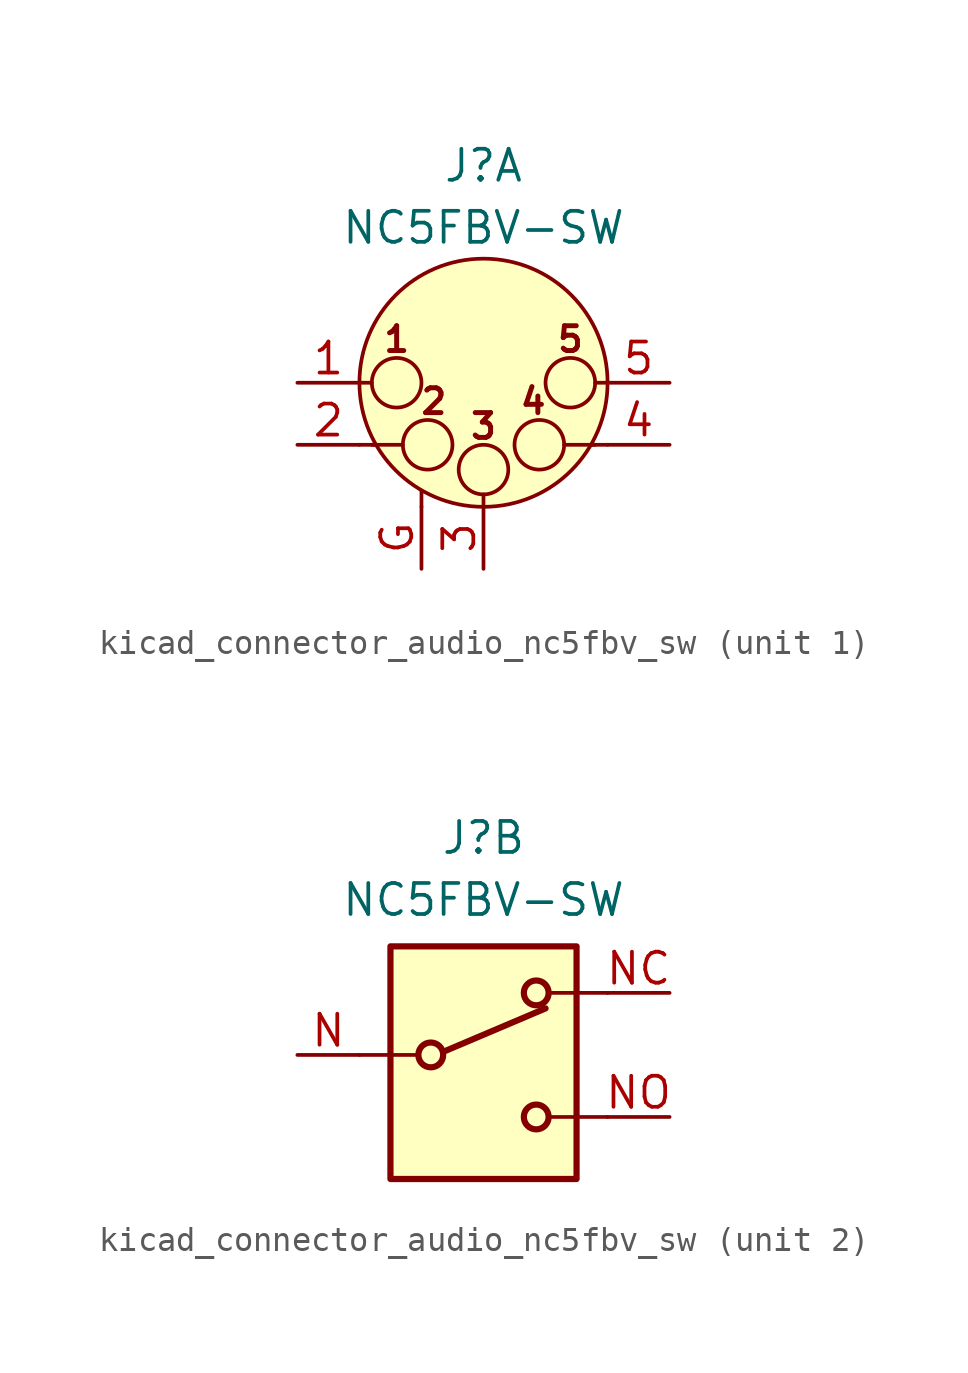
<source format=kicad_sym>
(kicad_symbol_lib
  (version 20220914)
  (generator kicad_symbol_editor)
  (symbol "kicad_connector_audio_nc5fbv_sw"
    (pin_names hide)
    (property "Reference" "J"
      (at 0 8.89 0)
      (effects (font (size 1.27 1.27))))
    (property "Value" "NC5FBV-SW"
      (at 0 6.35 0)
      (effects (font (size 1.27 1.27))))
    (property "ki_locked" ""
      (at 0 0 0)
      (effects (font (size 1.27 1.27))))
    (symbol "kicad_connector_audio_nc5fbv_sw_1_1"
      (circle (center -3.556 0) (radius 1.016) (stroke (width 0) (type default)) (fill (type none)))
      (circle (center -2.286 -2.54) (radius 1.016) (stroke (width 0) (type default)) (fill (type none)))
      (circle (center 0 -3.556) (radius 1.016) (stroke (width 0) (type default)) (fill (type none)))
      (polyline (pts (xy -5.08 -2.54) (xy -4.445 -2.54)) (stroke (width 0) (type default)) (fill (type none)))
      (polyline (pts (xy -5.08 0) (xy -4.572 0)) (stroke (width 0) (type default)) (fill (type none)))
      (polyline (pts (xy -4.572 -2.54) (xy -3.302 -2.54)) (stroke (width 0) (type default)) (fill (type none)))
      (polyline (pts (xy -2.54 -5.08) (xy -2.54 -4.445)) (stroke (width 0) (type default)) (fill (type none)))
      (polyline (pts (xy 0 -5.08) (xy 0 -4.572)) (stroke (width 0) (type default)) (fill (type none)))
      (polyline (pts (xy 4.572 -2.54) (xy 3.302 -2.54)) (stroke (width 0) (type default)) (fill (type none)))
      (polyline (pts (xy 5.08 -2.54) (xy 4.445 -2.54)) (stroke (width 0) (type default)) (fill (type none)))
      (polyline (pts (xy 5.08 0) (xy 4.572 0)) (stroke (width 0) (type default)) (fill (type none)))
      (circle (center 0 0) (radius 5.08) (stroke (width 0) (type default)) (fill (type background)))
      (circle (center 2.286 -2.54) (radius 1.016) (stroke (width 0) (type default)) (fill (type none)))
      (circle (center 3.556 0) (radius 1.016) (stroke (width 0) (type default)) (fill (type none)))
      (text "1" (at -3.556 1.778 0) (effects (font (size 1.016 1.016) bold)))
      (text "2" (at -2.032 -0.762 0) (effects (font (size 1.016 1.016) bold)))
      (text "3" (at 0 -1.778 0) (effects (font (size 1.016 1.016) bold)))
      (text "4" (at 2.032 -0.762 0) (effects (font (size 1.016 1.016) bold)))
      (text "5" (at 3.556 1.778 0) (effects (font (size 1.016 1.016) bold)))
      (pin passive line (at -7.62 0 0) (length 2.54) (name "P1" (effects (font (size 1.27 1.27)))) (number "1" (effects (font (size 1.27 1.27)))))
      (pin passive line (at -7.62 -2.54 0) (length 2.54) (name "P2" (effects (font (size 1.27 1.27)))) (number "2" (effects (font (size 1.27 1.27)))))
      (pin passive line (at 0 -7.62 90) (length 2.54) (name "P3" (effects (font (size 1.27 1.27)))) (number "3" (effects (font (size 1.27 1.27)))))
      (pin passive line (at 7.62 -2.54 180) (length 2.54) (name "P3" (effects (font (size 1.27 1.27)))) (number "4" (effects (font (size 1.27 1.27)))))
      (pin passive line (at 7.62 0 180) (length 2.54) (name "P5" (effects (font (size 1.27 1.27)))) (number "5" (effects (font (size 1.27 1.27)))))
      (pin passive line (at -2.54 -7.62 90) (length 2.54) (name "~" (effects (font (size 1.27 1.27)))) (number "G" (effects (font (size 1.27 1.27))))))
    (symbol "kicad_connector_audio_nc5fbv_sw_2_1"
      (rectangle (start -3.81 4.445) (end 3.81 -5.08) (stroke (width 0.254) (type default)) (fill (type background)))
      (circle (center -2.159 0) (radius 0.508) (stroke (width 0.254) (type default)) (fill (type none)))
      (polyline (pts (xy -5.08 0) (xy -2.794 0)) (stroke (width 0) (type default)) (fill (type none)))
      (polyline (pts (xy -1.651 0.127) (xy 2.54 1.905)) (stroke (width 0.254) (type default)) (fill (type none)))
      (polyline (pts (xy 5.08 -2.54) (xy 2.794 -2.54)) (stroke (width 0) (type default)) (fill (type none)))
      (polyline (pts (xy 5.08 2.54) (xy 2.794 2.54)) (stroke (width 0) (type default)) (fill (type none)))
      (circle (center 2.159 -2.54) (radius 0.508) (stroke (width 0.254) (type default)) (fill (type none)))
      (circle (center 2.159 2.54) (radius 0.508) (stroke (width 0.254) (type default)) (fill (type none)))
      (pin passive line (at -7.62 0 0) (length 2.54) (name "~" (effects (font (size 1.27 1.27)))) (number "N" (effects (font (size 1.27 1.27)))))
      (pin passive line (at 7.62 2.54 180) (length 2.54) (name "~" (effects (font (size 1.27 1.27)))) (number "NC" (effects (font (size 1.27 1.27)))))
      (pin passive line (at 7.62 -2.54 180) (length 2.54) (name "~" (effects (font (size 1.27 1.27)))) (number "NO" (effects (font (size 1.27 1.27))))))))
</source>
